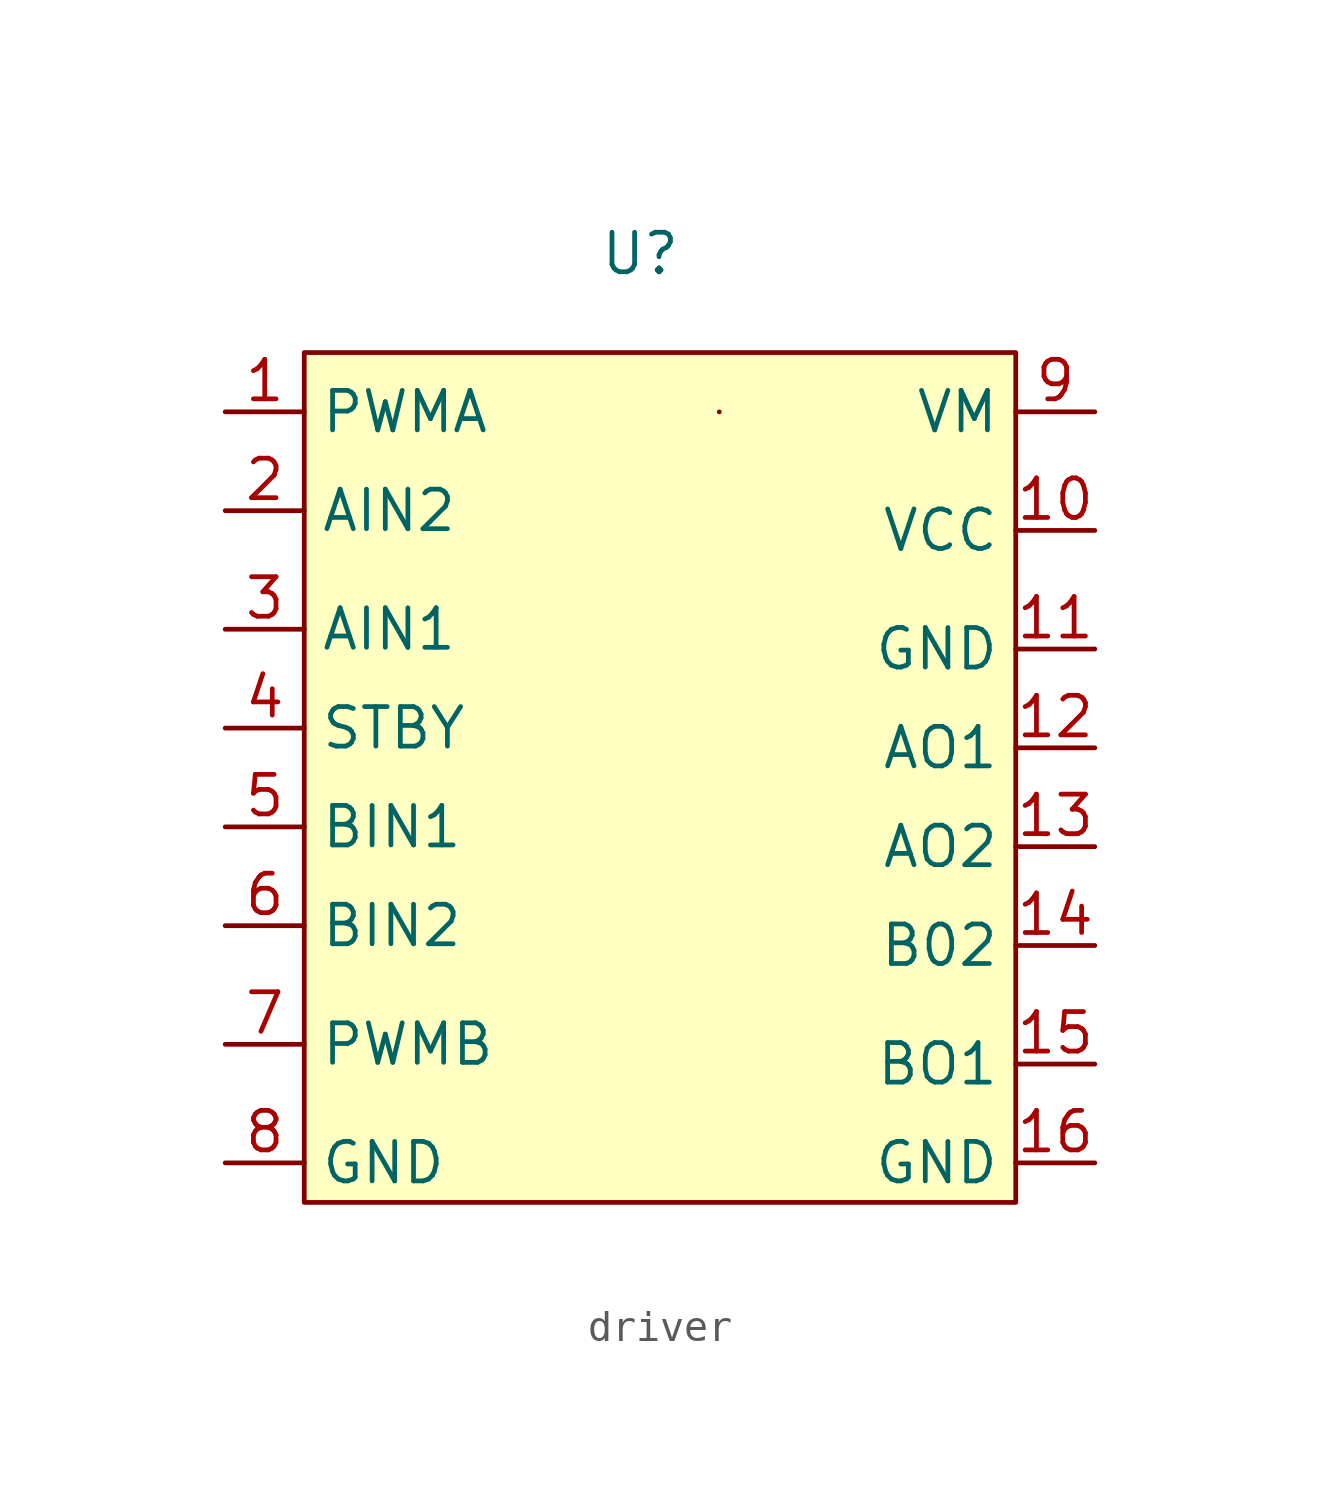
<source format=kicad_sym>
(kicad_symbol_lib
  (version 20220914)
  (generator kicad_symbol_editor)
  (symbol "driver"
    (property "Reference" "U"
      (at 4.445 10.16 0)
      (effects (font (size 1.27 1.27))))
    (property "Value" ""
      (at 0 0 0)
      (effects (font (size 1.27 1.27))))
    (symbol "driver_0_1"
      (rectangle (start 6.985 5.08) (end 6.985 5.08) (stroke (width 0) (type default)) (fill (type none))))
    (symbol "driver_1_1"
      (rectangle (start -6.35 6.985) (end 16.51 -20.32) (stroke (width 0) (type default)) (fill (type background)))
      (pin input line (at -8.89 5.08 0) (length 2.54) (name "PWMA" (effects (font (size 1.27 1.27)))) (number "1" (effects (font (size 1.27 1.27)))))
      (pin power_in line (at 19.05 1.27 180) (length 2.54) (name "VCC" (effects (font (size 1.27 1.27)))) (number "10" (effects (font (size 1.27 1.27)))))
      (pin passive line (at 19.05 -2.54 180) (length 2.54) (name "GND" (effects (font (size 1.27 1.27)))) (number "11" (effects (font (size 1.27 1.27)))))
      (pin output line (at 19.05 -5.715 180) (length 2.54) (name "AO1" (effects (font (size 1.27 1.27)))) (number "12" (effects (font (size 1.27 1.27)))))
      (pin output line (at 19.05 -8.89 180) (length 2.54) (name "AO2" (effects (font (size 1.27 1.27)))) (number "13" (effects (font (size 1.27 1.27)))))
      (pin output line (at 19.05 -12.065 180) (length 2.54) (name "B02" (effects (font (size 1.27 1.27)))) (number "14" (effects (font (size 1.27 1.27)))))
      (pin output line (at 19.05 -15.875 180) (length 2.54) (name "BO1" (effects (font (size 1.27 1.27)))) (number "15" (effects (font (size 1.27 1.27)))))
      (pin passive line (at 19.05 -19.05 180) (length 2.54) (name "GND" (effects (font (size 1.27 1.27)))) (number "16" (effects (font (size 1.27 1.27)))))
      (pin input line (at -8.89 1.905 0) (length 2.54) (name "AIN2" (effects (font (size 1.27 1.27)))) (number "2" (effects (font (size 1.27 1.27)))))
      (pin input line (at -8.89 -1.905 0) (length 2.54) (name "AIN1" (effects (font (size 1.27 1.27)))) (number "3" (effects (font (size 1.27 1.27)))))
      (pin input line (at -8.89 -5.08 0) (length 2.54) (name "STBY" (effects (font (size 1.27 1.27)))) (number "4" (effects (font (size 1.27 1.27)))))
      (pin input line (at -8.89 -8.255 0) (length 2.54) (name "BIN1" (effects (font (size 1.27 1.27)))) (number "5" (effects (font (size 1.27 1.27)))))
      (pin input line (at -8.89 -11.43 0) (length 2.54) (name "BIN2" (effects (font (size 1.27 1.27)))) (number "6" (effects (font (size 1.27 1.27)))))
      (pin input line (at -8.89 -15.24 0) (length 2.54) (name "PWMB" (effects (font (size 1.27 1.27)))) (number "7" (effects (font (size 1.27 1.27)))))
      (pin passive line (at -8.89 -19.05 0) (length 2.54) (name "GND" (effects (font (size 1.27 1.27)))) (number "8" (effects (font (size 1.27 1.27)))))
      (pin power_in line (at 19.05 5.08 180) (length 2.54) (name "VM" (effects (font (size 1.27 1.27)))) (number "9" (effects (font (size 1.27 1.27))))))))
</source>
